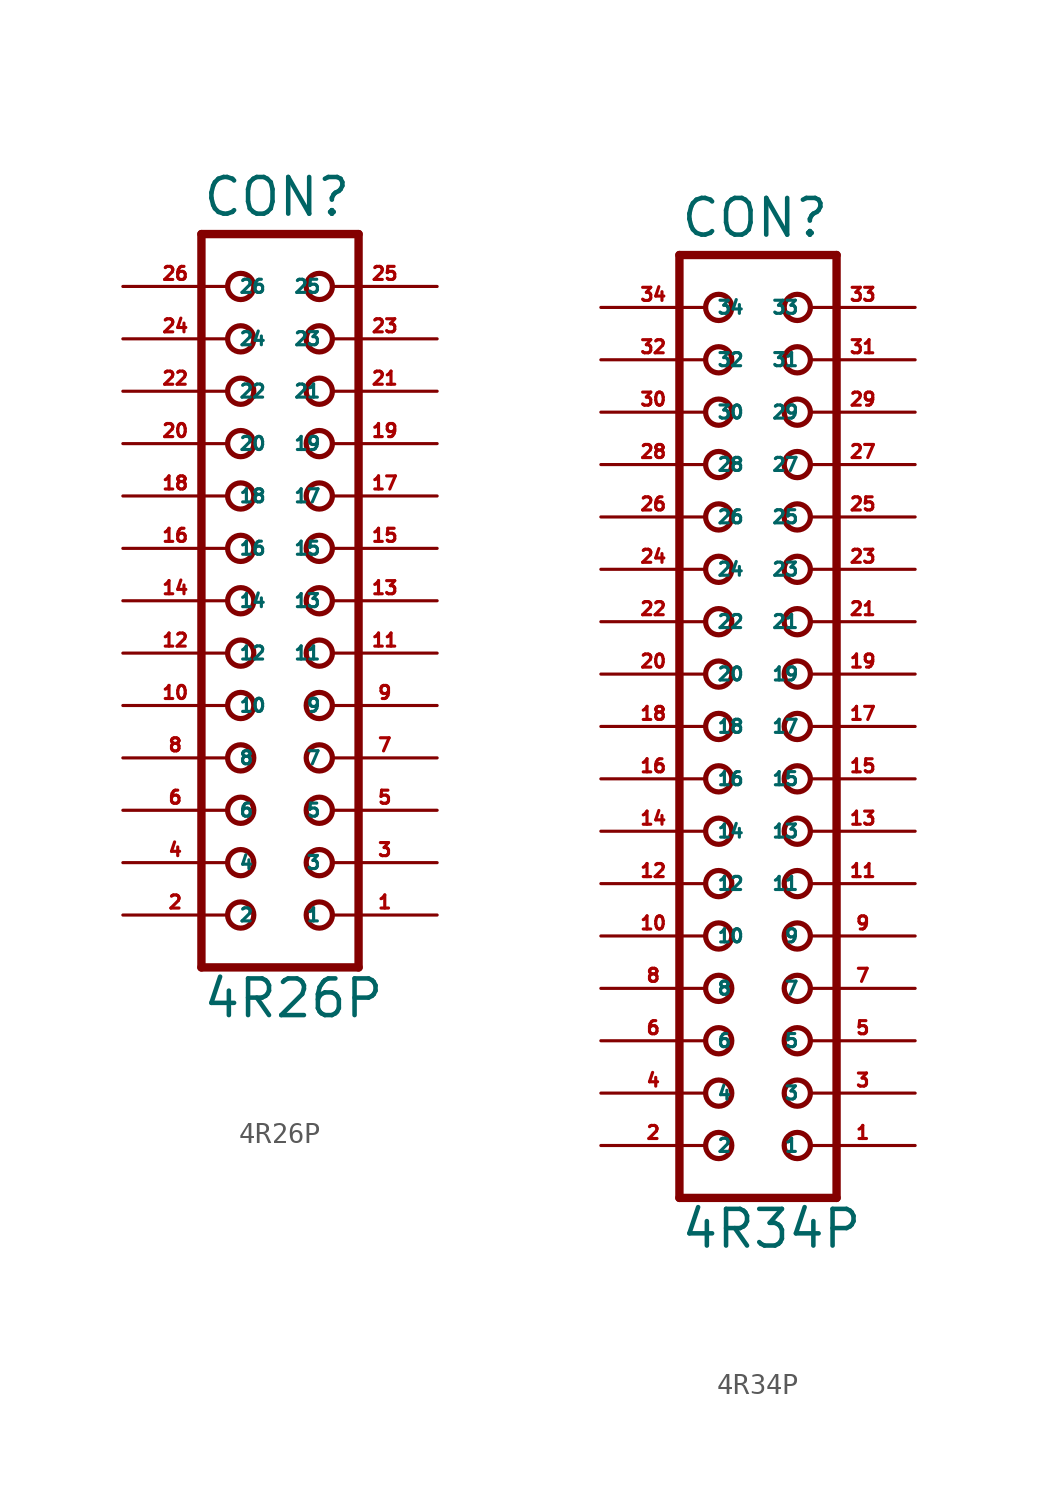
<source format=kicad_sym>
(kicad_symbol_lib
  (version 20220914)
  (generator Eagle2Kicad)
  (symbol "4R26P"
    (property "Reference" "CON"
      (at -3.81 18.542 0)
      (effects (font (size 1.778 1.778) (thickness 0.22)) (justify left bottom)))
    (property "Value" "4R26P"
      (at -3.81 -20.32 0)
      (effects (font (size 1.778 1.778) (thickness 0.22)) (justify left bottom)))
    (polyline
      (pts (xy 3.81 -17.78) (xy -3.81 -17.78))
      (stroke (width 0.406) (type default))
      (fill (type none)))
    (polyline
      (pts (xy -3.81 17.78) (xy -3.81 -17.78))
      (stroke (width 0.406) (type default))
      (fill (type none)))
    (polyline
      (pts (xy -3.81 17.78) (xy 3.81 17.78))
      (stroke (width 0.406) (type default))
      (fill (type none)))
    (polyline
      (pts (xy 3.81 -17.78) (xy 3.81 17.78))
      (stroke (width 0.406) (type default))
      (fill (type none)))
    (circle
      (center 1.905 -15.24)
      (radius 0.635)
      (stroke (width 0.254) (type default))
      (fill (type none)))
    (circle
      (center 1.905 -12.7)
      (radius 0.635)
      (stroke (width 0.254) (type default))
      (fill (type none)))
    (circle
      (center 1.905 -10.16)
      (radius 0.635)
      (stroke (width 0.254) (type default))
      (fill (type none)))
    (circle
      (center 1.905 -7.62)
      (radius 0.635)
      (stroke (width 0.254) (type default))
      (fill (type none)))
    (circle
      (center 1.905 -5.08)
      (radius 0.635)
      (stroke (width 0.254) (type default))
      (fill (type none)))
    (circle
      (center 1.905 -2.54)
      (radius 0.635)
      (stroke (width 0.254) (type default))
      (fill (type none)))
    (circle
      (center 1.905 0)
      (radius 0.635)
      (stroke (width 0.254) (type default))
      (fill (type none)))
    (circle
      (center 1.905 2.54)
      (radius 0.635)
      (stroke (width 0.254) (type default))
      (fill (type none)))
    (circle
      (center 1.905 5.08)
      (radius 0.635)
      (stroke (width 0.254) (type default))
      (fill (type none)))
    (circle
      (center 1.905 7.62)
      (radius 0.635)
      (stroke (width 0.254) (type default))
      (fill (type none)))
    (circle
      (center 1.905 10.16)
      (radius 0.635)
      (stroke (width 0.254) (type default))
      (fill (type none)))
    (circle
      (center 1.905 12.7)
      (radius 0.635)
      (stroke (width 0.254) (type default))
      (fill (type none)))
    (circle
      (center 1.905 15.24)
      (radius 0.635)
      (stroke (width 0.254) (type default))
      (fill (type none)))
    (circle
      (center -1.905 -15.24)
      (radius 0.635)
      (stroke (width 0.254) (type default))
      (fill (type none)))
    (circle
      (center -1.905 -12.7)
      (radius 0.635)
      (stroke (width 0.254) (type default))
      (fill (type none)))
    (circle
      (center -1.905 -10.16)
      (radius 0.635)
      (stroke (width 0.254) (type default))
      (fill (type none)))
    (circle
      (center -1.905 -7.62)
      (radius 0.635)
      (stroke (width 0.254) (type default))
      (fill (type none)))
    (circle
      (center -1.905 -5.08)
      (radius 0.635)
      (stroke (width 0.254) (type default))
      (fill (type none)))
    (circle
      (center -1.905 -2.54)
      (radius 0.635)
      (stroke (width 0.254) (type default))
      (fill (type none)))
    (circle
      (center -1.905 0)
      (radius 0.635)
      (stroke (width 0.254) (type default))
      (fill (type none)))
    (circle
      (center -1.905 2.54)
      (radius 0.635)
      (stroke (width 0.254) (type default))
      (fill (type none)))
    (circle
      (center -1.905 5.08)
      (radius 0.635)
      (stroke (width 0.254) (type default))
      (fill (type none)))
    (circle
      (center -1.905 7.62)
      (radius 0.635)
      (stroke (width 0.254) (type default))
      (fill (type none)))
    (circle
      (center -1.905 10.16)
      (radius 0.635)
      (stroke (width 0.254) (type default))
      (fill (type none)))
    (circle
      (center -1.905 12.7)
      (radius 0.635)
      (stroke (width 0.254) (type default))
      (fill (type none)))
    (circle
      (center -1.905 15.24)
      (radius 0.635)
      (stroke (width 0.254) (type default))
      (fill (type none)))
    (pin passive line
      (at 7.62 -15.24 180)
      (length 5.08)
      (name "1" (effects (font (size 0.635 0.635) (thickness 0.08)) (justify left bottom)))
      (number "1" (effects (font (size 0.635 0.635) (thickness 0.08)) (justify left bottom))))
    (pin passive line
      (at -7.62 -15.24 0)
      (length 5.08)
      (name "2" (effects (font (size 0.635 0.635) (thickness 0.08)) (justify left bottom)))
      (number "2" (effects (font (size 0.635 0.635) (thickness 0.08)) (justify left bottom))))
    (pin passive line
      (at 7.62 -12.7 180)
      (length 5.08)
      (name "3" (effects (font (size 0.635 0.635) (thickness 0.08)) (justify left bottom)))
      (number "3" (effects (font (size 0.635 0.635) (thickness 0.08)) (justify left bottom))))
    (pin passive line
      (at -7.62 -12.7 0)
      (length 5.08)
      (name "4" (effects (font (size 0.635 0.635) (thickness 0.08)) (justify left bottom)))
      (number "4" (effects (font (size 0.635 0.635) (thickness 0.08)) (justify left bottom))))
    (pin passive line
      (at 7.62 -10.16 180)
      (length 5.08)
      (name "5" (effects (font (size 0.635 0.635) (thickness 0.08)) (justify left bottom)))
      (number "5" (effects (font (size 0.635 0.635) (thickness 0.08)) (justify left bottom))))
    (pin passive line
      (at -7.62 -10.16 0)
      (length 5.08)
      (name "6" (effects (font (size 0.635 0.635) (thickness 0.08)) (justify left bottom)))
      (number "6" (effects (font (size 0.635 0.635) (thickness 0.08)) (justify left bottom))))
    (pin passive line
      (at 7.62 -7.62 180)
      (length 5.08)
      (name "7" (effects (font (size 0.635 0.635) (thickness 0.08)) (justify left bottom)))
      (number "7" (effects (font (size 0.635 0.635) (thickness 0.08)) (justify left bottom))))
    (pin passive line
      (at -7.62 -7.62 0)
      (length 5.08)
      (name "8" (effects (font (size 0.635 0.635) (thickness 0.08)) (justify left bottom)))
      (number "8" (effects (font (size 0.635 0.635) (thickness 0.08)) (justify left bottom))))
    (pin passive line
      (at 7.62 -5.08 180)
      (length 5.08)
      (name "9" (effects (font (size 0.635 0.635) (thickness 0.08)) (justify left bottom)))
      (number "9" (effects (font (size 0.635 0.635) (thickness 0.08)) (justify left bottom))))
    (pin passive line
      (at -7.62 -5.08 0)
      (length 5.08)
      (name "10" (effects (font (size 0.635 0.635) (thickness 0.08)) (justify left bottom)))
      (number "10" (effects (font (size 0.635 0.635) (thickness 0.08)) (justify left bottom))))
    (pin passive line
      (at 7.62 -2.54 180)
      (length 5.08)
      (name "11" (effects (font (size 0.635 0.635) (thickness 0.08)) (justify left bottom)))
      (number "11" (effects (font (size 0.635 0.635) (thickness 0.08)) (justify left bottom))))
    (pin passive line
      (at -7.62 -2.54 0)
      (length 5.08)
      (name "12" (effects (font (size 0.635 0.635) (thickness 0.08)) (justify left bottom)))
      (number "12" (effects (font (size 0.635 0.635) (thickness 0.08)) (justify left bottom))))
    (pin passive line
      (at 7.62 0 180)
      (length 5.08)
      (name "13" (effects (font (size 0.635 0.635) (thickness 0.08)) (justify left bottom)))
      (number "13" (effects (font (size 0.635 0.635) (thickness 0.08)) (justify left bottom))))
    (pin passive line
      (at -7.62 0 0)
      (length 5.08)
      (name "14" (effects (font (size 0.635 0.635) (thickness 0.08)) (justify left bottom)))
      (number "14" (effects (font (size 0.635 0.635) (thickness 0.08)) (justify left bottom))))
    (pin passive line
      (at 7.62 2.54 180)
      (length 5.08)
      (name "15" (effects (font (size 0.635 0.635) (thickness 0.08)) (justify left bottom)))
      (number "15" (effects (font (size 0.635 0.635) (thickness 0.08)) (justify left bottom))))
    (pin passive line
      (at -7.62 2.54 0)
      (length 5.08)
      (name "16" (effects (font (size 0.635 0.635) (thickness 0.08)) (justify left bottom)))
      (number "16" (effects (font (size 0.635 0.635) (thickness 0.08)) (justify left bottom))))
    (pin passive line
      (at 7.62 5.08 180)
      (length 5.08)
      (name "17" (effects (font (size 0.635 0.635) (thickness 0.08)) (justify left bottom)))
      (number "17" (effects (font (size 0.635 0.635) (thickness 0.08)) (justify left bottom))))
    (pin passive line
      (at -7.62 5.08 0)
      (length 5.08)
      (name "18" (effects (font (size 0.635 0.635) (thickness 0.08)) (justify left bottom)))
      (number "18" (effects (font (size 0.635 0.635) (thickness 0.08)) (justify left bottom))))
    (pin passive line
      (at 7.62 7.62 180)
      (length 5.08)
      (name "19" (effects (font (size 0.635 0.635) (thickness 0.08)) (justify left bottom)))
      (number "19" (effects (font (size 0.635 0.635) (thickness 0.08)) (justify left bottom))))
    (pin passive line
      (at -7.62 7.62 0)
      (length 5.08)
      (name "20" (effects (font (size 0.635 0.635) (thickness 0.08)) (justify left bottom)))
      (number "20" (effects (font (size 0.635 0.635) (thickness 0.08)) (justify left bottom))))
    (pin passive line
      (at 7.62 10.16 180)
      (length 5.08)
      (name "21" (effects (font (size 0.635 0.635) (thickness 0.08)) (justify left bottom)))
      (number "21" (effects (font (size 0.635 0.635) (thickness 0.08)) (justify left bottom))))
    (pin passive line
      (at -7.62 10.16 0)
      (length 5.08)
      (name "22" (effects (font (size 0.635 0.635) (thickness 0.08)) (justify left bottom)))
      (number "22" (effects (font (size 0.635 0.635) (thickness 0.08)) (justify left bottom))))
    (pin passive line
      (at 7.62 12.7 180)
      (length 5.08)
      (name "23" (effects (font (size 0.635 0.635) (thickness 0.08)) (justify left bottom)))
      (number "23" (effects (font (size 0.635 0.635) (thickness 0.08)) (justify left bottom))))
    (pin passive line
      (at -7.62 12.7 0)
      (length 5.08)
      (name "24" (effects (font (size 0.635 0.635) (thickness 0.08)) (justify left bottom)))
      (number "24" (effects (font (size 0.635 0.635) (thickness 0.08)) (justify left bottom))))
    (pin passive line
      (at 7.62 15.24 180)
      (length 5.08)
      (name "25" (effects (font (size 0.635 0.635) (thickness 0.08)) (justify left bottom)))
      (number "25" (effects (font (size 0.635 0.635) (thickness 0.08)) (justify left bottom))))
    (pin passive line
      (at -7.62 15.24 0)
      (length 5.08)
      (name "26" (effects (font (size 0.635 0.635) (thickness 0.08)) (justify left bottom)))
      (number "26" (effects (font (size 0.635 0.635) (thickness 0.08)) (justify left bottom)))))
  (symbol "4R34P"
    (property "Reference" "CON"
      (at -3.81 23.622 0)
      (effects (font (size 1.778 1.778) (thickness 0.22)) (justify left bottom)))
    (property "Value" "4R34P"
      (at -3.81 -25.4 0)
      (effects (font (size 1.778 1.778) (thickness 0.22)) (justify left bottom)))
    (polyline
      (pts (xy 3.81 -22.86) (xy -3.81 -22.86))
      (stroke (width 0.406) (type default))
      (fill (type none)))
    (polyline
      (pts (xy -3.81 22.86) (xy -3.81 -22.86))
      (stroke (width 0.406) (type default))
      (fill (type none)))
    (polyline
      (pts (xy -3.81 22.86) (xy 3.81 22.86))
      (stroke (width 0.406) (type default))
      (fill (type none)))
    (polyline
      (pts (xy 3.81 -22.86) (xy 3.81 22.86))
      (stroke (width 0.406) (type default))
      (fill (type none)))
    (circle
      (center 1.905 -20.32)
      (radius 0.635)
      (stroke (width 0.254) (type default))
      (fill (type none)))
    (circle
      (center 1.905 -17.78)
      (radius 0.635)
      (stroke (width 0.254) (type default))
      (fill (type none)))
    (circle
      (center 1.905 -15.24)
      (radius 0.635)
      (stroke (width 0.254) (type default))
      (fill (type none)))
    (circle
      (center 1.905 -12.7)
      (radius 0.635)
      (stroke (width 0.254) (type default))
      (fill (type none)))
    (circle
      (center 1.905 -10.16)
      (radius 0.635)
      (stroke (width 0.254) (type default))
      (fill (type none)))
    (circle
      (center 1.905 -7.62)
      (radius 0.635)
      (stroke (width 0.254) (type default))
      (fill (type none)))
    (circle
      (center 1.905 -5.08)
      (radius 0.635)
      (stroke (width 0.254) (type default))
      (fill (type none)))
    (circle
      (center 1.905 -2.54)
      (radius 0.635)
      (stroke (width 0.254) (type default))
      (fill (type none)))
    (circle
      (center -1.905 -20.32)
      (radius 0.635)
      (stroke (width 0.254) (type default))
      (fill (type none)))
    (circle
      (center -1.905 -17.78)
      (radius 0.635)
      (stroke (width 0.254) (type default))
      (fill (type none)))
    (circle
      (center -1.905 -15.24)
      (radius 0.635)
      (stroke (width 0.254) (type default))
      (fill (type none)))
    (circle
      (center -1.905 -12.7)
      (radius 0.635)
      (stroke (width 0.254) (type default))
      (fill (type none)))
    (circle
      (center -1.905 -10.16)
      (radius 0.635)
      (stroke (width 0.254) (type default))
      (fill (type none)))
    (circle
      (center -1.905 -7.62)
      (radius 0.635)
      (stroke (width 0.254) (type default))
      (fill (type none)))
    (circle
      (center -1.905 -5.08)
      (radius 0.635)
      (stroke (width 0.254) (type default))
      (fill (type none)))
    (circle
      (center -1.905 -2.54)
      (radius 0.635)
      (stroke (width 0.254) (type default))
      (fill (type none)))
    (circle
      (center 1.905 0)
      (radius 0.635)
      (stroke (width 0.254) (type default))
      (fill (type none)))
    (circle
      (center 1.905 2.54)
      (radius 0.635)
      (stroke (width 0.254) (type default))
      (fill (type none)))
    (circle
      (center 1.905 5.08)
      (radius 0.635)
      (stroke (width 0.254) (type default))
      (fill (type none)))
    (circle
      (center 1.905 7.62)
      (radius 0.635)
      (stroke (width 0.254) (type default))
      (fill (type none)))
    (circle
      (center 1.905 10.16)
      (radius 0.635)
      (stroke (width 0.254) (type default))
      (fill (type none)))
    (circle
      (center 1.905 12.7)
      (radius 0.635)
      (stroke (width 0.254) (type default))
      (fill (type none)))
    (circle
      (center 1.905 15.24)
      (radius 0.635)
      (stroke (width 0.254) (type default))
      (fill (type none)))
    (circle
      (center 1.905 17.78)
      (radius 0.635)
      (stroke (width 0.254) (type default))
      (fill (type none)))
    (circle
      (center -1.905 0)
      (radius 0.635)
      (stroke (width 0.254) (type default))
      (fill (type none)))
    (circle
      (center -1.905 2.54)
      (radius 0.635)
      (stroke (width 0.254) (type default))
      (fill (type none)))
    (circle
      (center -1.905 5.08)
      (radius 0.635)
      (stroke (width 0.254) (type default))
      (fill (type none)))
    (circle
      (center -1.905 7.62)
      (radius 0.635)
      (stroke (width 0.254) (type default))
      (fill (type none)))
    (circle
      (center -1.905 10.16)
      (radius 0.635)
      (stroke (width 0.254) (type default))
      (fill (type none)))
    (circle
      (center -1.905 12.7)
      (radius 0.635)
      (stroke (width 0.254) (type default))
      (fill (type none)))
    (circle
      (center -1.905 15.24)
      (radius 0.635)
      (stroke (width 0.254) (type default))
      (fill (type none)))
    (circle
      (center -1.905 17.78)
      (radius 0.635)
      (stroke (width 0.254) (type default))
      (fill (type none)))
    (circle
      (center -1.905 20.32)
      (radius 0.635)
      (stroke (width 0.254) (type default))
      (fill (type none)))
    (circle
      (center 1.905 20.32)
      (radius 0.635)
      (stroke (width 0.254) (type default))
      (fill (type none)))
    (pin passive line
      (at 7.62 -20.32 180)
      (length 5.08)
      (name "1" (effects (font (size 0.635 0.635) (thickness 0.08)) (justify left bottom)))
      (number "1" (effects (font (size 0.635 0.635) (thickness 0.08)) (justify left bottom))))
    (pin passive line
      (at -7.62 -20.32 0)
      (length 5.08)
      (name "2" (effects (font (size 0.635 0.635) (thickness 0.08)) (justify left bottom)))
      (number "2" (effects (font (size 0.635 0.635) (thickness 0.08)) (justify left bottom))))
    (pin passive line
      (at 7.62 -17.78 180)
      (length 5.08)
      (name "3" (effects (font (size 0.635 0.635) (thickness 0.08)) (justify left bottom)))
      (number "3" (effects (font (size 0.635 0.635) (thickness 0.08)) (justify left bottom))))
    (pin passive line
      (at -7.62 -17.78 0)
      (length 5.08)
      (name "4" (effects (font (size 0.635 0.635) (thickness 0.08)) (justify left bottom)))
      (number "4" (effects (font (size 0.635 0.635) (thickness 0.08)) (justify left bottom))))
    (pin passive line
      (at 7.62 -15.24 180)
      (length 5.08)
      (name "5" (effects (font (size 0.635 0.635) (thickness 0.08)) (justify left bottom)))
      (number "5" (effects (font (size 0.635 0.635) (thickness 0.08)) (justify left bottom))))
    (pin passive line
      (at -7.62 -15.24 0)
      (length 5.08)
      (name "6" (effects (font (size 0.635 0.635) (thickness 0.08)) (justify left bottom)))
      (number "6" (effects (font (size 0.635 0.635) (thickness 0.08)) (justify left bottom))))
    (pin passive line
      (at 7.62 -12.7 180)
      (length 5.08)
      (name "7" (effects (font (size 0.635 0.635) (thickness 0.08)) (justify left bottom)))
      (number "7" (effects (font (size 0.635 0.635) (thickness 0.08)) (justify left bottom))))
    (pin passive line
      (at -7.62 -12.7 0)
      (length 5.08)
      (name "8" (effects (font (size 0.635 0.635) (thickness 0.08)) (justify left bottom)))
      (number "8" (effects (font (size 0.635 0.635) (thickness 0.08)) (justify left bottom))))
    (pin passive line
      (at 7.62 -10.16 180)
      (length 5.08)
      (name "9" (effects (font (size 0.635 0.635) (thickness 0.08)) (justify left bottom)))
      (number "9" (effects (font (size 0.635 0.635) (thickness 0.08)) (justify left bottom))))
    (pin passive line
      (at -7.62 -10.16 0)
      (length 5.08)
      (name "10" (effects (font (size 0.635 0.635) (thickness 0.08)) (justify left bottom)))
      (number "10" (effects (font (size 0.635 0.635) (thickness 0.08)) (justify left bottom))))
    (pin passive line
      (at 7.62 -7.62 180)
      (length 5.08)
      (name "11" (effects (font (size 0.635 0.635) (thickness 0.08)) (justify left bottom)))
      (number "11" (effects (font (size 0.635 0.635) (thickness 0.08)) (justify left bottom))))
    (pin passive line
      (at -7.62 -7.62 0)
      (length 5.08)
      (name "12" (effects (font (size 0.635 0.635) (thickness 0.08)) (justify left bottom)))
      (number "12" (effects (font (size 0.635 0.635) (thickness 0.08)) (justify left bottom))))
    (pin passive line
      (at 7.62 -5.08 180)
      (length 5.08)
      (name "13" (effects (font (size 0.635 0.635) (thickness 0.08)) (justify left bottom)))
      (number "13" (effects (font (size 0.635 0.635) (thickness 0.08)) (justify left bottom))))
    (pin passive line
      (at -7.62 -5.08 0)
      (length 5.08)
      (name "14" (effects (font (size 0.635 0.635) (thickness 0.08)) (justify left bottom)))
      (number "14" (effects (font (size 0.635 0.635) (thickness 0.08)) (justify left bottom))))
    (pin passive line
      (at 7.62 -2.54 180)
      (length 5.08)
      (name "15" (effects (font (size 0.635 0.635) (thickness 0.08)) (justify left bottom)))
      (number "15" (effects (font (size 0.635 0.635) (thickness 0.08)) (justify left bottom))))
    (pin passive line
      (at -7.62 -2.54 0)
      (length 5.08)
      (name "16" (effects (font (size 0.635 0.635) (thickness 0.08)) (justify left bottom)))
      (number "16" (effects (font (size 0.635 0.635) (thickness 0.08)) (justify left bottom))))
    (pin passive line
      (at 7.62 0 180)
      (length 5.08)
      (name "17" (effects (font (size 0.635 0.635) (thickness 0.08)) (justify left bottom)))
      (number "17" (effects (font (size 0.635 0.635) (thickness 0.08)) (justify left bottom))))
    (pin passive line
      (at -7.62 0 0)
      (length 5.08)
      (name "18" (effects (font (size 0.635 0.635) (thickness 0.08)) (justify left bottom)))
      (number "18" (effects (font (size 0.635 0.635) (thickness 0.08)) (justify left bottom))))
    (pin passive line
      (at 7.62 2.54 180)
      (length 5.08)
      (name "19" (effects (font (size 0.635 0.635) (thickness 0.08)) (justify left bottom)))
      (number "19" (effects (font (size 0.635 0.635) (thickness 0.08)) (justify left bottom))))
    (pin passive line
      (at -7.62 2.54 0)
      (length 5.08)
      (name "20" (effects (font (size 0.635 0.635) (thickness 0.08)) (justify left bottom)))
      (number "20" (effects (font (size 0.635 0.635) (thickness 0.08)) (justify left bottom))))
    (pin passive line
      (at 7.62 5.08 180)
      (length 5.08)
      (name "21" (effects (font (size 0.635 0.635) (thickness 0.08)) (justify left bottom)))
      (number "21" (effects (font (size 0.635 0.635) (thickness 0.08)) (justify left bottom))))
    (pin passive line
      (at -7.62 5.08 0)
      (length 5.08)
      (name "22" (effects (font (size 0.635 0.635) (thickness 0.08)) (justify left bottom)))
      (number "22" (effects (font (size 0.635 0.635) (thickness 0.08)) (justify left bottom))))
    (pin passive line
      (at 7.62 7.62 180)
      (length 5.08)
      (name "23" (effects (font (size 0.635 0.635) (thickness 0.08)) (justify left bottom)))
      (number "23" (effects (font (size 0.635 0.635) (thickness 0.08)) (justify left bottom))))
    (pin passive line
      (at -7.62 7.62 0)
      (length 5.08)
      (name "24" (effects (font (size 0.635 0.635) (thickness 0.08)) (justify left bottom)))
      (number "24" (effects (font (size 0.635 0.635) (thickness 0.08)) (justify left bottom))))
    (pin passive line
      (at 7.62 10.16 180)
      (length 5.08)
      (name "25" (effects (font (size 0.635 0.635) (thickness 0.08)) (justify left bottom)))
      (number "25" (effects (font (size 0.635 0.635) (thickness 0.08)) (justify left bottom))))
    (pin passive line
      (at -7.62 10.16 0)
      (length 5.08)
      (name "26" (effects (font (size 0.635 0.635) (thickness 0.08)) (justify left bottom)))
      (number "26" (effects (font (size 0.635 0.635) (thickness 0.08)) (justify left bottom))))
    (pin passive line
      (at 7.62 12.7 180)
      (length 5.08)
      (name "27" (effects (font (size 0.635 0.635) (thickness 0.08)) (justify left bottom)))
      (number "27" (effects (font (size 0.635 0.635) (thickness 0.08)) (justify left bottom))))
    (pin passive line
      (at -7.62 12.7 0)
      (length 5.08)
      (name "28" (effects (font (size 0.635 0.635) (thickness 0.08)) (justify left bottom)))
      (number "28" (effects (font (size 0.635 0.635) (thickness 0.08)) (justify left bottom))))
    (pin passive line
      (at 7.62 15.24 180)
      (length 5.08)
      (name "29" (effects (font (size 0.635 0.635) (thickness 0.08)) (justify left bottom)))
      (number "29" (effects (font (size 0.635 0.635) (thickness 0.08)) (justify left bottom))))
    (pin passive line
      (at -7.62 15.24 0)
      (length 5.08)
      (name "30" (effects (font (size 0.635 0.635) (thickness 0.08)) (justify left bottom)))
      (number "30" (effects (font (size 0.635 0.635) (thickness 0.08)) (justify left bottom))))
    (pin passive line
      (at 7.62 17.78 180)
      (length 5.08)
      (name "31" (effects (font (size 0.635 0.635) (thickness 0.08)) (justify left bottom)))
      (number "31" (effects (font (size 0.635 0.635) (thickness 0.08)) (justify left bottom))))
    (pin passive line
      (at -7.62 17.78 0)
      (length 5.08)
      (name "32" (effects (font (size 0.635 0.635) (thickness 0.08)) (justify left bottom)))
      (number "32" (effects (font (size 0.635 0.635) (thickness 0.08)) (justify left bottom))))
    (pin passive line
      (at 7.62 20.32 180)
      (length 5.08)
      (name "33" (effects (font (size 0.635 0.635) (thickness 0.08)) (justify left bottom)))
      (number "33" (effects (font (size 0.635 0.635) (thickness 0.08)) (justify left bottom))))
    (pin passive line
      (at -7.62 20.32 0)
      (length 5.08)
      (name "34" (effects (font (size 0.635 0.635) (thickness 0.08)) (justify left bottom)))
      (number "34" (effects (font (size 0.635 0.635) (thickness 0.08)) (justify left bottom))))))
</source>
